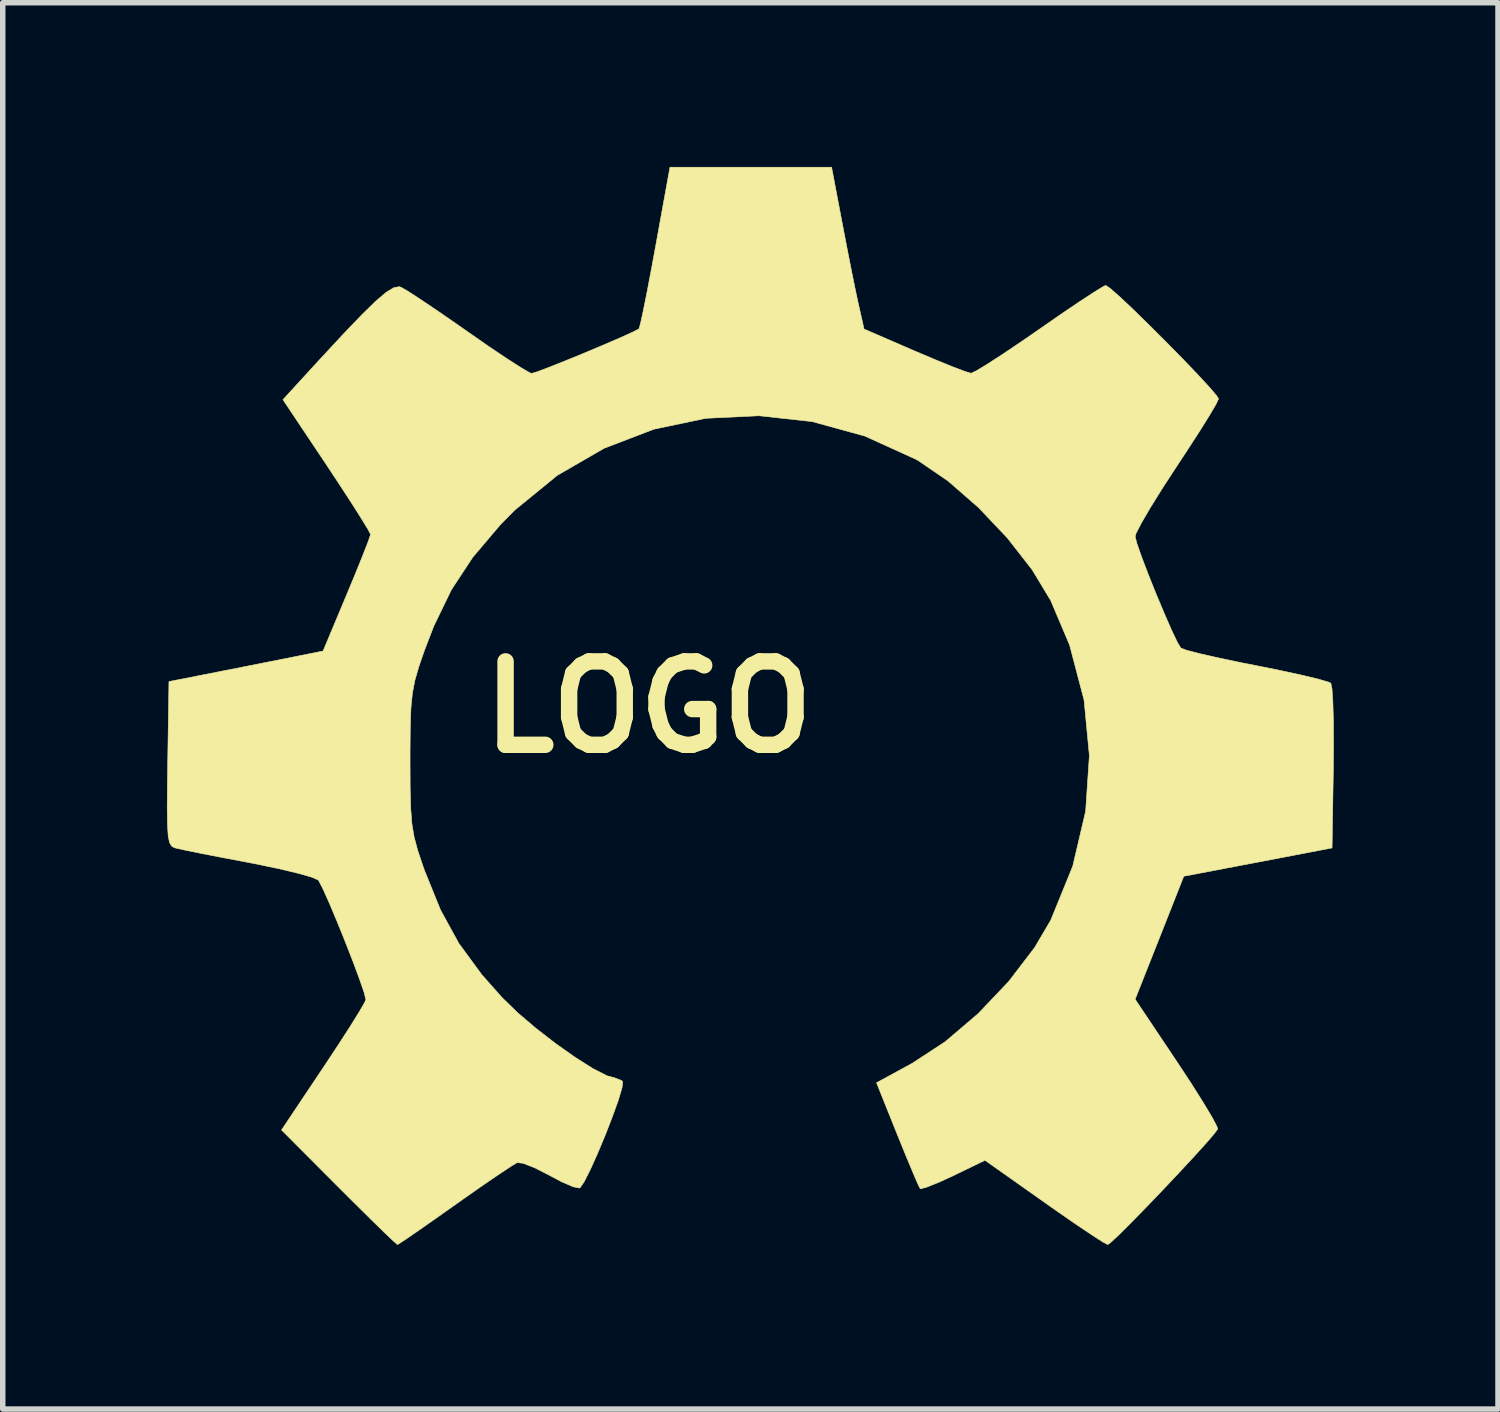
<source format=kicad_pcb>
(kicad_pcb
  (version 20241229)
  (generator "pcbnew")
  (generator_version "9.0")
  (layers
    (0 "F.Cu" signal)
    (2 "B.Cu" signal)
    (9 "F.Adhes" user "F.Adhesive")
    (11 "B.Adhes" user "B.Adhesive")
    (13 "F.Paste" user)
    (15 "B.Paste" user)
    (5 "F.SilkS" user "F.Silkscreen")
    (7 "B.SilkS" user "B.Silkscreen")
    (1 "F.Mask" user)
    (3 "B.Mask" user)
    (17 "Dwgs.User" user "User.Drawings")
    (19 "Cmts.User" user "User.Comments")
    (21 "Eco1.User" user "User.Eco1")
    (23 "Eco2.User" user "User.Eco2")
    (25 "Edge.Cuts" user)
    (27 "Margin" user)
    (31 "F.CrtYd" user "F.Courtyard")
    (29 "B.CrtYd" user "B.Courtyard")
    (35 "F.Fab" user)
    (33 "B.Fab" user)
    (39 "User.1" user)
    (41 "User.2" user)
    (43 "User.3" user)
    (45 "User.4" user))
  (footprint "LOGO"
    (layer "F.Cu")
    (at 8.8 9.869)
    (property "Reference" "LOGO" (at 0 0 0) (layer "F.SilkS") (effects (font (size 1.524 1.524) (thickness 0.3))))
    (attr through_hole)
    (fp_poly (pts (xy 3.537 -8.848) (xy 3.623 -8.4) (xy 3.709 -7.963) (xy 3.785 -7.592) (xy 3.833 -7.369) (xy 3.937 -6.907) (xy 4.868 -6.504) (xy 5.239 -6.347) (xy 5.555 -6.218) (xy 5.785 -6.131) (xy 5.892 -6.099) (xy 5.989 -6.144) (xy 6.199 -6.272) (xy 6.497 -6.465) (xy 6.857 -6.708) (xy 7.135 -6.9) (xy 7.522 -7.169) (xy 7.862 -7.399) (xy 8.131 -7.575) (xy 8.303 -7.681) (xy 8.353 -7.705) (xy 8.438 -7.647) (xy 8.615 -7.491) (xy 8.859 -7.261) (xy 9.146 -6.98) (xy 9.452 -6.675) (xy 9.753 -6.369) (xy 10.023 -6.087) (xy 10.239 -5.853) (xy 10.377 -5.692) (xy 10.414 -5.632) (xy 10.369 -5.535) (xy 10.245 -5.324) (xy 10.058 -5.025) (xy 9.823 -4.662) (xy 9.652 -4.403) (xy 9.394 -4.007) (xy 9.174 -3.654) (xy 9.007 -3.368) (xy 8.909 -3.178) (xy 8.89 -3.119) (xy 8.922 -2.99) (xy 9.007 -2.747) (xy 9.129 -2.427) (xy 9.271 -2.072) (xy 9.419 -1.72) (xy 9.554 -1.41) (xy 9.663 -1.182) (xy 9.726 -1.078) (xy 9.828 -1.039) (xy 10.067 -0.977) (xy 10.412 -0.899) (xy 10.833 -0.81) (xy 11.095 -0.759) (xy 11.546 -0.668) (xy 11.938 -0.583) (xy 12.241 -0.51) (xy 12.426 -0.456) (xy 12.466 -0.437) (xy 12.487 -0.334) (xy 12.503 -0.09) (xy 12.513 0.265) (xy 12.515 0.703) (xy 12.512 1.103) (xy 12.488 2.574) (xy 11.134 2.833) (xy 9.779 3.091) (xy 9.335 4.215) (xy 8.89 5.339) (xy 9.657 6.485) (xy 9.914 6.875) (xy 10.13 7.218) (xy 10.292 7.488) (xy 10.384 7.661) (xy 10.398 7.709) (xy 10.331 7.801) (xy 10.172 7.985) (xy 9.944 8.236) (xy 9.67 8.531) (xy 9.374 8.845) (xy 9.079 9.152) (xy 8.81 9.427) (xy 8.589 9.647) (xy 8.441 9.785) (xy 8.39 9.821) (xy 8.302 9.775) (xy 8.102 9.646) (xy 7.814 9.453) (xy 7.464 9.211) (xy 7.237 9.051) (xy 6.147 8.281) (xy 5.573 8.559) (xy 5.294 8.687) (xy 5.079 8.773) (xy 4.969 8.802) (xy 4.963 8.8) (xy 4.919 8.711) (xy 4.827 8.497) (xy 4.699 8.19) (xy 4.549 7.821) (xy 4.546 7.814) (xy 4.165 6.864) (xy 4.813 6.511) (xy 5.419 6.115) (xy 6.022 5.601) (xy 6.581 5.013) (xy 7.054 4.394) (xy 7.348 3.895) (xy 7.75 2.908) (xy 7.986 1.902) (xy 8.054 0.886) (xy 7.957 -0.129) (xy 7.693 -1.133) (xy 7.348 -1.947) (xy 7.008 -2.51) (xy 6.555 -3.09) (xy 6.029 -3.645) (xy 5.473 -4.13) (xy 4.928 -4.503) (xy 4.882 -4.528) (xy 3.95 -4.952) (xy 2.989 -5.216) (xy 2.015 -5.323) (xy 1.046 -5.276) (xy 0.098 -5.077) (xy -0.811 -4.729) (xy -1.666 -4.235) (xy -2.447 -3.597) (xy -2.709 -3.331) (xy -3.211 -2.739) (xy -3.603 -2.143) (xy -3.925 -1.478) (xy -4.094 -1.038) (xy -4.197 -0.74) (xy -4.269 -0.492) (xy -4.315 -0.253) (xy -4.342 0.018) (xy -4.354 0.364) (xy -4.358 0.827) (xy -4.358 0.974) (xy -4.356 1.474) (xy -4.346 1.847) (xy -4.324 2.134) (xy -4.283 2.377) (xy -4.218 2.619) (xy -4.124 2.9) (xy -4.094 2.985) (xy -3.803 3.703) (xy -3.467 4.317) (xy -3.047 4.89) (xy -2.672 5.313) (xy -2.394 5.583) (xy -2.057 5.87) (xy -1.694 6.151) (xy -1.335 6.404) (xy -1.013 6.607) (xy -0.759 6.737) (xy -0.622 6.773) (xy -0.491 6.824) (xy -0.473 6.846) (xy -0.484 6.953) (xy -0.55 7.175) (xy -0.657 7.474) (xy -0.788 7.812) (xy -0.929 8.15) (xy -1.064 8.45) (xy -1.177 8.674) (xy -1.252 8.783) (xy -1.26 8.788) (xy -1.377 8.765) (xy -1.59 8.673) (xy -1.822 8.55) (xy -2.082 8.417) (xy -2.294 8.335) (xy -2.4 8.323) (xy -2.505 8.385) (xy -2.719 8.527) (xy -3.017 8.73) (xy -3.37 8.977) (xy -3.534 9.093) (xy -3.895 9.348) (xy -4.204 9.564) (xy -4.437 9.724) (xy -4.569 9.811) (xy -4.588 9.821) (xy -4.654 9.764) (xy -4.82 9.607) (xy -5.065 9.367) (xy -5.37 9.065) (xy -5.662 8.774) (xy -6.706 7.727) (xy -5.936 6.575) (xy -5.677 6.184) (xy -5.455 5.84) (xy -5.286 5.568) (xy -5.186 5.394) (xy -5.165 5.345) (xy -5.196 5.219) (xy -5.279 4.977) (xy -5.398 4.656) (xy -5.54 4.293) (xy -5.688 3.926) (xy -5.828 3.593) (xy -5.945 3.331) (xy -6.023 3.179) (xy -6.038 3.159) (xy -6.154 3.108) (xy -6.404 3.037) (xy -6.755 2.953) (xy -7.173 2.866) (xy -7.324 2.837) (xy -7.762 2.754) (xy -8.15 2.679) (xy -8.451 2.618) (xy -8.632 2.578) (xy -8.659 2.571) (xy -8.713 2.543) (xy -8.751 2.479) (xy -8.777 2.356) (xy -8.79 2.149) (xy -8.795 1.835) (xy -8.791 1.391) (xy -8.786 1.031) (xy -8.763 -0.466) (xy -7.789 -0.658) (xy -7.352 -0.744) (xy -6.929 -0.828) (xy -6.574 -0.898) (xy -6.381 -0.937) (xy -5.947 -1.024) (xy -5.514 -2.058) (xy -5.353 -2.446) (xy -5.219 -2.778) (xy -5.124 -3.022) (xy -5.081 -3.148) (xy -5.08 -3.156) (xy -5.125 -3.244) (xy -5.249 -3.448) (xy -5.437 -3.744) (xy -5.674 -4.107) (xy -5.88 -4.419) (xy -6.68 -5.617) (xy -6.015 -6.343) (xy -5.579 -6.813) (xy -5.24 -7.167) (xy -4.983 -7.418) (xy -4.793 -7.579) (xy -4.656 -7.662) (xy -4.559 -7.681) (xy -4.528 -7.673) (xy -4.413 -7.608) (xy -4.187 -7.462) (xy -3.879 -7.255) (xy -3.515 -7.004) (xy -3.306 -6.858) (xy -2.93 -6.596) (xy -2.598 -6.373) (xy -2.338 -6.206) (xy -2.176 -6.111) (xy -2.137 -6.096) (xy -2.033 -6.127) (xy -1.813 -6.21) (xy -1.515 -6.329) (xy -1.175 -6.468) (xy -0.834 -6.612) (xy -0.529 -6.743) (xy -0.299 -6.847) (xy -0.181 -6.907) (xy -0.175 -6.911) (xy -0.149 -7.002) (xy -0.099 -7.231) (xy -0.03 -7.572) (xy 0.051 -7.998) (xy 0.126 -8.404) (xy 0.391 -9.864) (xy 3.344 -9.864) (xy 3.537 -8.848)) (stroke (width 0.01) (type solid)) (fill yes) (layer "F.SilkS")))
  (gr_rect
    (start -3 -3)
    (end 24.32 22.695)
    (stroke (width 0.1) (type default))
    (fill no)
    (layer "Edge.Cuts")))
</source>
